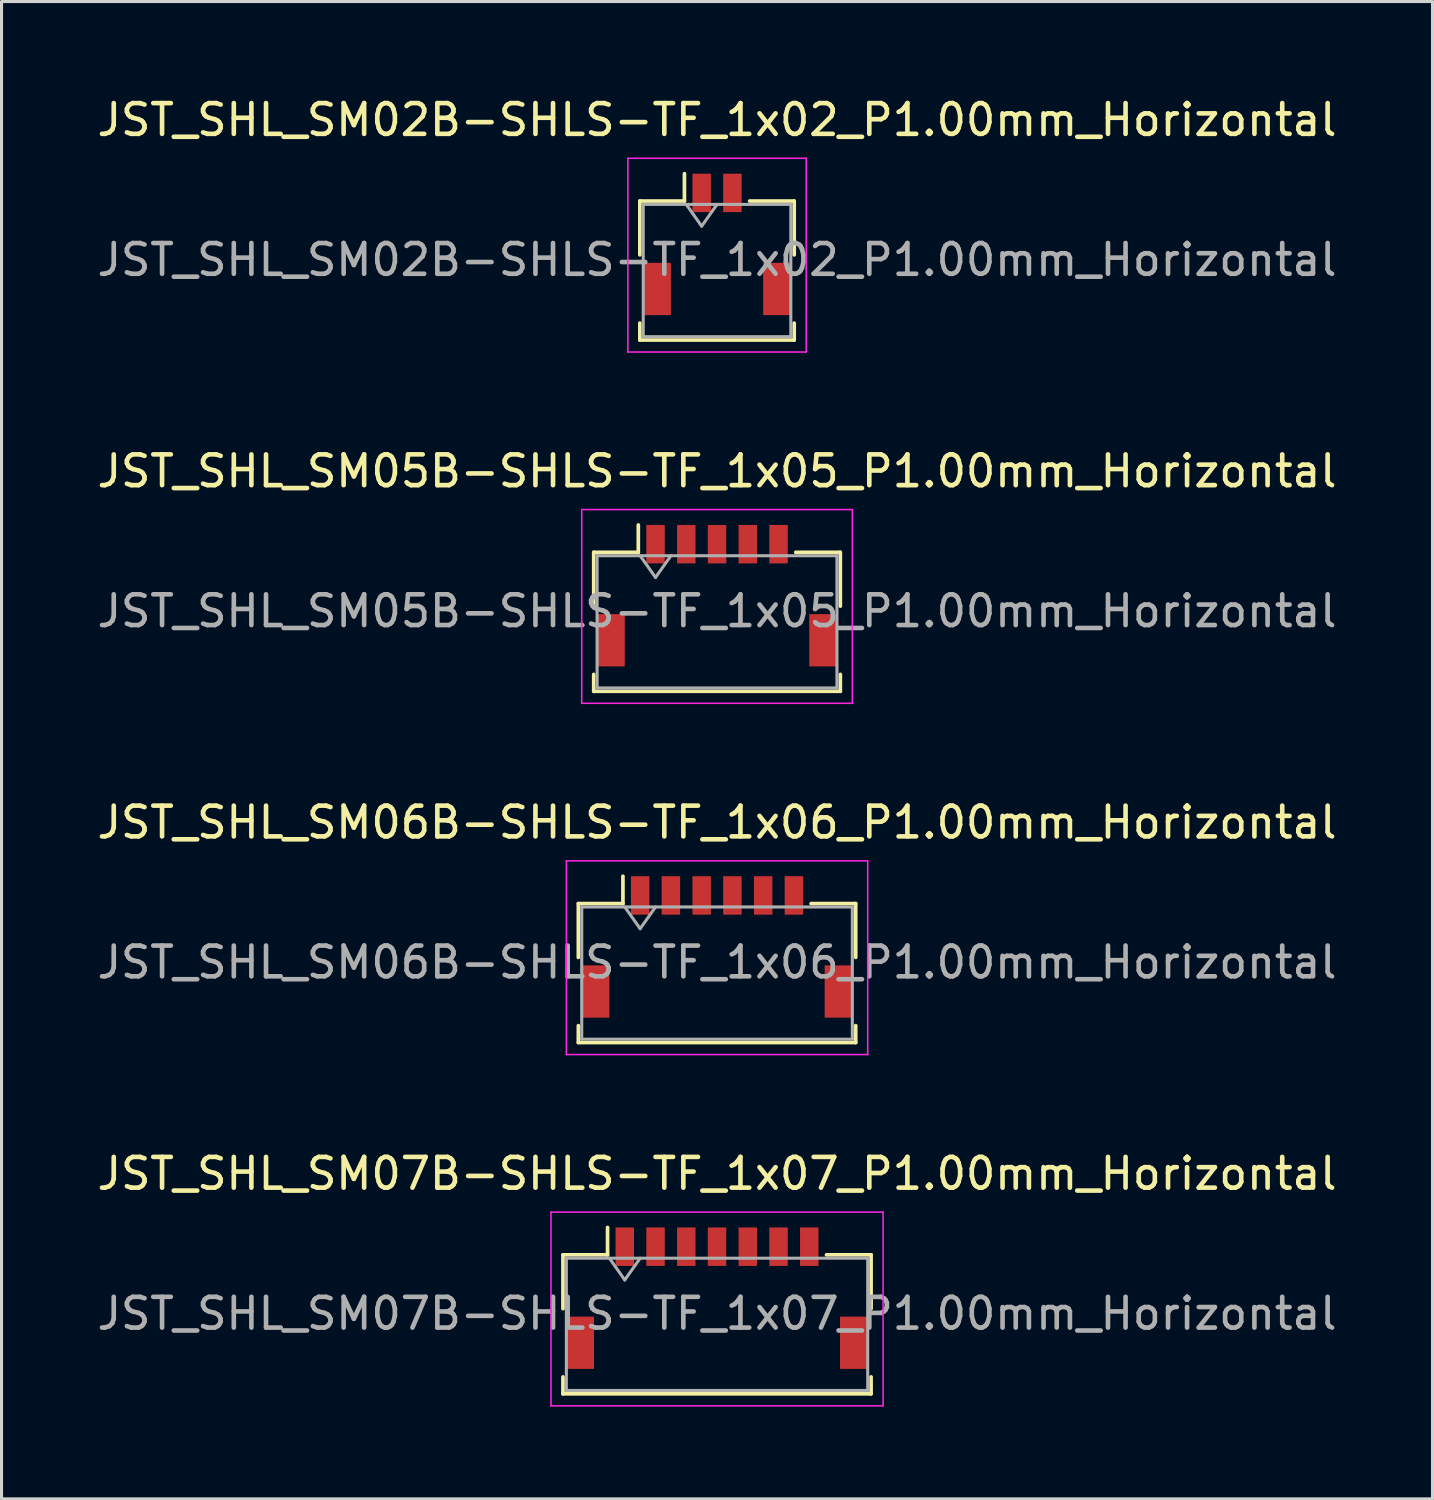
<source format=kicad_pcb>
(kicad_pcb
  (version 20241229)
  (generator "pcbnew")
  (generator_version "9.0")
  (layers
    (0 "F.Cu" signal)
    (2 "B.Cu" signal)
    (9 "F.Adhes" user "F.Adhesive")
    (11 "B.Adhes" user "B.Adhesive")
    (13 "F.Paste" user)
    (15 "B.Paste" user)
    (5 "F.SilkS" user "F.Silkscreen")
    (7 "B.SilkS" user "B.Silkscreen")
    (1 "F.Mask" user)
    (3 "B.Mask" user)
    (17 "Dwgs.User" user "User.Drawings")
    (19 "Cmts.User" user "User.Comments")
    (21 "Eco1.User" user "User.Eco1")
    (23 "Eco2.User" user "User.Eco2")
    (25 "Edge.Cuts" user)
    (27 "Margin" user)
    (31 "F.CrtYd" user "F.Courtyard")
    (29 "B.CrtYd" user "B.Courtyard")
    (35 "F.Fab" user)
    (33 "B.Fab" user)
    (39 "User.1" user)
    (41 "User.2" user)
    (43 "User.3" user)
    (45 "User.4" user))
  (footprint "JST_SHL_SM06B-SHLS-TF_1x06_P1.00mm_Horizontal"
    (layer "F.Cu")
    (at 20.268 27.745)
    (property "Reference" "JST_SHL_SM06B-SHLS-TF_1x06_P1.00mm_Horizontal" (at 0 -4.05 0) (layer "F.SilkS") (effects (font (size 1 1) (thickness 0.15))))
    (attr smd)
    (fp_line (start -4.51 -1.41) (end -3.06 -1.41) (stroke (width 0.12) (type solid)) (layer "F.SilkS"))
    (fp_line (start -4.51 0.34) (end -4.51 -1.41) (stroke (width 0.12) (type solid)) (layer "F.SilkS"))
    (fp_line (start -4.51 2.56) (end -4.51 3.11) (stroke (width 0.12) (type solid)) (layer "F.SilkS"))
    (fp_line (start -4.51 3.11) (end 4.51 3.11) (stroke (width 0.12) (type solid)) (layer "F.SilkS"))
    (fp_line (start -3.06 -1.41) (end -3.06 -2.3) (stroke (width 0.12) (type solid)) (layer "F.SilkS"))
    (fp_line (start 4.51 -1.41) (end 3.06 -1.41) (stroke (width 0.12) (type solid)) (layer "F.SilkS"))
    (fp_line (start 4.51 0.34) (end 4.51 -1.41) (stroke (width 0.12) (type solid)) (layer "F.SilkS"))
    (fp_line (start 4.51 3.11) (end 4.51 2.56) (stroke (width 0.12) (type solid)) (layer "F.SilkS"))
    (fp_line (start -4.9 -2.8) (end -4.9 3.5) (stroke (width 0.05) (type solid)) (layer "F.CrtYd"))
    (fp_line (start -4.9 3.5) (end 4.9 3.5) (stroke (width 0.05) (type solid)) (layer "F.CrtYd"))
    (fp_line (start 4.9 -2.8) (end -4.9 -2.8) (stroke (width 0.05) (type solid)) (layer "F.CrtYd"))
    (fp_line (start 4.9 3.5) (end 4.9 -2.8) (stroke (width 0.05) (type solid)) (layer "F.CrtYd"))
    (fp_line (start -4.4 -1.3) (end -4.4 3) (stroke (width 0.1) (type solid)) (layer "F.Fab"))
    (fp_line (start -4.4 -1.3) (end 4.4 -1.3) (stroke (width 0.1) (type solid)) (layer "F.Fab"))
    (fp_line (start -4.4 3) (end 4.4 3) (stroke (width 0.1) (type solid)) (layer "F.Fab"))
    (fp_line (start -3 -1.3) (end -2.5 -0.593) (stroke (width 0.1) (type solid)) (layer "F.Fab"))
    (fp_line (start -2.5 -0.593) (end -2 -1.3) (stroke (width 0.1) (type solid)) (layer "F.Fab"))
    (fp_line (start 4.4 -1.3) (end 4.4 3) (stroke (width 0.1) (type solid)) (layer "F.Fab"))
    (fp_text user "${REFERENCE}" (at 0 0.5 0) (layer "F.Fab") (effects (font (size 1 1) (thickness 0.15))))
    (pad "" smd rect (at -3.95 1.45) (size 0.9 1.7) (layers "F.Cu" "F.Mask" "F.Paste"))
    (pad "" smd rect (at 3.95 1.45) (size 0.9 1.7) (layers "F.Cu" "F.Mask" "F.Paste"))
    (pad "1" smd rect (at -2.5 -1.675) (size 0.6 1.25) (layers "F.Cu" "F.Mask" "F.Paste"))
    (pad "2" smd rect (at -1.5 -1.675) (size 0.6 1.25) (layers "F.Cu" "F.Mask" "F.Paste"))
    (pad "3" smd rect (at -0.5 -1.675) (size 0.6 1.25) (layers "F.Cu" "F.Mask" "F.Paste"))
    (pad "4" smd rect (at 0.5 -1.675) (size 0.6 1.25) (layers "F.Cu" "F.Mask" "F.Paste"))
    (pad "5" smd rect (at 1.5 -1.675) (size 0.6 1.25) (layers "F.Cu" "F.Mask" "F.Paste"))
    (pad "6" smd rect (at 2.5 -1.675) (size 0.6 1.25) (layers "F.Cu" "F.Mask" "F.Paste")))
  (footprint "JST_SHL_SM02B-SHLS-TF_1x02_P1.00mm_Horizontal"
    (layer "F.Cu")
    (at 20.268 4.898)
    (property "Reference" "JST_SHL_SM02B-SHLS-TF_1x02_P1.00mm_Horizontal" (at 0 -4.05 0) (layer "F.SilkS") (effects (font (size 1 1) (thickness 0.15))))
    (attr smd)
    (fp_line (start -2.51 -1.41) (end -1.06 -1.41) (stroke (width 0.12) (type solid)) (layer "F.SilkS"))
    (fp_line (start -2.51 0.34) (end -2.51 -1.41) (stroke (width 0.12) (type solid)) (layer "F.SilkS"))
    (fp_line (start -2.51 2.56) (end -2.51 3.11) (stroke (width 0.12) (type solid)) (layer "F.SilkS"))
    (fp_line (start -2.51 3.11) (end 2.51 3.11) (stroke (width 0.12) (type solid)) (layer "F.SilkS"))
    (fp_line (start -1.06 -1.41) (end -1.06 -2.3) (stroke (width 0.12) (type solid)) (layer "F.SilkS"))
    (fp_line (start 2.51 -1.41) (end 1.06 -1.41) (stroke (width 0.12) (type solid)) (layer "F.SilkS"))
    (fp_line (start 2.51 0.34) (end 2.51 -1.41) (stroke (width 0.12) (type solid)) (layer "F.SilkS"))
    (fp_line (start 2.51 3.11) (end 2.51 2.56) (stroke (width 0.12) (type solid)) (layer "F.SilkS"))
    (fp_line (start -2.9 -2.8) (end -2.9 3.5) (stroke (width 0.05) (type solid)) (layer "F.CrtYd"))
    (fp_line (start -2.9 3.5) (end 2.9 3.5) (stroke (width 0.05) (type solid)) (layer "F.CrtYd"))
    (fp_line (start 2.9 -2.8) (end -2.9 -2.8) (stroke (width 0.05) (type solid)) (layer "F.CrtYd"))
    (fp_line (start 2.9 3.5) (end 2.9 -2.8) (stroke (width 0.05) (type solid)) (layer "F.CrtYd"))
    (fp_line (start -2.4 -1.3) (end -2.4 3) (stroke (width 0.1) (type solid)) (layer "F.Fab"))
    (fp_line (start -2.4 -1.3) (end 2.4 -1.3) (stroke (width 0.1) (type solid)) (layer "F.Fab"))
    (fp_line (start -2.4 3) (end 2.4 3) (stroke (width 0.1) (type solid)) (layer "F.Fab"))
    (fp_line (start -1 -1.3) (end -0.5 -0.593) (stroke (width 0.1) (type solid)) (layer "F.Fab"))
    (fp_line (start -0.5 -0.593) (end 0 -1.3) (stroke (width 0.1) (type solid)) (layer "F.Fab"))
    (fp_line (start 2.4 -1.3) (end 2.4 3) (stroke (width 0.1) (type solid)) (layer "F.Fab"))
    (fp_text user "${REFERENCE}" (at 0 0.5 0) (layer "F.Fab") (effects (font (size 1 1) (thickness 0.15))))
    (pad "" smd rect (at -1.95 1.45) (size 0.9 1.7) (layers "F.Cu" "F.Mask" "F.Paste"))
    (pad "" smd rect (at 1.95 1.45) (size 0.9 1.7) (layers "F.Cu" "F.Mask" "F.Paste"))
    (pad "1" smd rect (at -0.5 -1.675) (size 0.6 1.25) (layers "F.Cu" "F.Mask" "F.Paste"))
    (pad "2" smd rect (at 0.5 -1.675) (size 0.6 1.25) (layers "F.Cu" "F.Mask" "F.Paste")))
  (footprint "JST_SHL_SM07B-SHLS-TF_1x07_P1.00mm_Horizontal"
    (layer "F.Cu")
    (at 20.268 39.168)
    (property "Reference" "JST_SHL_SM07B-SHLS-TF_1x07_P1.00mm_Horizontal" (at 0 -4.05 0) (layer "F.SilkS") (effects (font (size 1 1) (thickness 0.15))))
    (attr smd)
    (fp_line (start -5.01 -1.41) (end -3.56 -1.41) (stroke (width 0.12) (type solid)) (layer "F.SilkS"))
    (fp_line (start -5.01 0.34) (end -5.01 -1.41) (stroke (width 0.12) (type solid)) (layer "F.SilkS"))
    (fp_line (start -5.01 2.56) (end -5.01 3.11) (stroke (width 0.12) (type solid)) (layer "F.SilkS"))
    (fp_line (start -5.01 3.11) (end 5.01 3.11) (stroke (width 0.12) (type solid)) (layer "F.SilkS"))
    (fp_line (start -3.56 -1.41) (end -3.56 -2.3) (stroke (width 0.12) (type solid)) (layer "F.SilkS"))
    (fp_line (start 5.01 -1.41) (end 3.56 -1.41) (stroke (width 0.12) (type solid)) (layer "F.SilkS"))
    (fp_line (start 5.01 0.34) (end 5.01 -1.41) (stroke (width 0.12) (type solid)) (layer "F.SilkS"))
    (fp_line (start 5.01 3.11) (end 5.01 2.56) (stroke (width 0.12) (type solid)) (layer "F.SilkS"))
    (fp_line (start -5.4 -2.8) (end -5.4 3.5) (stroke (width 0.05) (type solid)) (layer "F.CrtYd"))
    (fp_line (start -5.4 3.5) (end 5.4 3.5) (stroke (width 0.05) (type solid)) (layer "F.CrtYd"))
    (fp_line (start 5.4 -2.8) (end -5.4 -2.8) (stroke (width 0.05) (type solid)) (layer "F.CrtYd"))
    (fp_line (start 5.4 3.5) (end 5.4 -2.8) (stroke (width 0.05) (type solid)) (layer "F.CrtYd"))
    (fp_line (start -4.9 -1.3) (end -4.9 3) (stroke (width 0.1) (type solid)) (layer "F.Fab"))
    (fp_line (start -4.9 -1.3) (end 4.9 -1.3) (stroke (width 0.1) (type solid)) (layer "F.Fab"))
    (fp_line (start -4.9 3) (end 4.9 3) (stroke (width 0.1) (type solid)) (layer "F.Fab"))
    (fp_line (start -3.5 -1.3) (end -3 -0.593) (stroke (width 0.1) (type solid)) (layer "F.Fab"))
    (fp_line (start -3 -0.593) (end -2.5 -1.3) (stroke (width 0.1) (type solid)) (layer "F.Fab"))
    (fp_line (start 4.9 -1.3) (end 4.9 3) (stroke (width 0.1) (type solid)) (layer "F.Fab"))
    (fp_text user "${REFERENCE}" (at 0 0.5 0) (layer "F.Fab") (effects (font (size 1 1) (thickness 0.15))))
    (pad "" smd rect (at -4.45 1.45) (size 0.9 1.7) (layers "F.Cu" "F.Mask" "F.Paste"))
    (pad "" smd rect (at 4.45 1.45) (size 0.9 1.7) (layers "F.Cu" "F.Mask" "F.Paste"))
    (pad "1" smd rect (at -3 -1.675) (size 0.6 1.25) (layers "F.Cu" "F.Mask" "F.Paste"))
    (pad "2" smd rect (at -2 -1.675) (size 0.6 1.25) (layers "F.Cu" "F.Mask" "F.Paste"))
    (pad "3" smd rect (at -1 -1.675) (size 0.6 1.25) (layers "F.Cu" "F.Mask" "F.Paste"))
    (pad "4" smd rect (at 0 -1.675) (size 0.6 1.25) (layers "F.Cu" "F.Mask" "F.Paste"))
    (pad "5" smd rect (at 1 -1.675) (size 0.6 1.25) (layers "F.Cu" "F.Mask" "F.Paste"))
    (pad "6" smd rect (at 2 -1.675) (size 0.6 1.25) (layers "F.Cu" "F.Mask" "F.Paste"))
    (pad "7" smd rect (at 3 -1.675) (size 0.6 1.25) (layers "F.Cu" "F.Mask" "F.Paste")))
  (footprint "JST_SHL_SM05B-SHLS-TF_1x05_P1.00mm_Horizontal"
    (layer "F.Cu")
    (at 20.268 16.322)
    (property "Reference" "JST_SHL_SM05B-SHLS-TF_1x05_P1.00mm_Horizontal" (at 0 -4.05 0) (layer "F.SilkS") (effects (font (size 1 1) (thickness 0.15))))
    (attr smd)
    (fp_line (start -4.01 -1.41) (end -2.56 -1.41) (stroke (width 0.12) (type solid)) (layer "F.SilkS"))
    (fp_line (start -4.01 0.34) (end -4.01 -1.41) (stroke (width 0.12) (type solid)) (layer "F.SilkS"))
    (fp_line (start -4.01 2.56) (end -4.01 3.11) (stroke (width 0.12) (type solid)) (layer "F.SilkS"))
    (fp_line (start -4.01 3.11) (end 4.01 3.11) (stroke (width 0.12) (type solid)) (layer "F.SilkS"))
    (fp_line (start -2.56 -1.41) (end -2.56 -2.3) (stroke (width 0.12) (type solid)) (layer "F.SilkS"))
    (fp_line (start 4.01 -1.41) (end 2.56 -1.41) (stroke (width 0.12) (type solid)) (layer "F.SilkS"))
    (fp_line (start 4.01 0.34) (end 4.01 -1.41) (stroke (width 0.12) (type solid)) (layer "F.SilkS"))
    (fp_line (start 4.01 3.11) (end 4.01 2.56) (stroke (width 0.12) (type solid)) (layer "F.SilkS"))
    (fp_line (start -4.4 -2.8) (end -4.4 3.5) (stroke (width 0.05) (type solid)) (layer "F.CrtYd"))
    (fp_line (start -4.4 3.5) (end 4.4 3.5) (stroke (width 0.05) (type solid)) (layer "F.CrtYd"))
    (fp_line (start 4.4 -2.8) (end -4.4 -2.8) (stroke (width 0.05) (type solid)) (layer "F.CrtYd"))
    (fp_line (start 4.4 3.5) (end 4.4 -2.8) (stroke (width 0.05) (type solid)) (layer "F.CrtYd"))
    (fp_line (start -3.9 -1.3) (end -3.9 3) (stroke (width 0.1) (type solid)) (layer "F.Fab"))
    (fp_line (start -3.9 -1.3) (end 3.9 -1.3) (stroke (width 0.1) (type solid)) (layer "F.Fab"))
    (fp_line (start -3.9 3) (end 3.9 3) (stroke (width 0.1) (type solid)) (layer "F.Fab"))
    (fp_line (start -2.5 -1.3) (end -2 -0.593) (stroke (width 0.1) (type solid)) (layer "F.Fab"))
    (fp_line (start -2 -0.593) (end -1.5 -1.3) (stroke (width 0.1) (type solid)) (layer "F.Fab"))
    (fp_line (start 3.9 -1.3) (end 3.9 3) (stroke (width 0.1) (type solid)) (layer "F.Fab"))
    (fp_text user "${REFERENCE}" (at 0 0.5 0) (layer "F.Fab") (effects (font (size 1 1) (thickness 0.15))))
    (pad "" smd rect (at -3.45 1.45) (size 0.9 1.7) (layers "F.Cu" "F.Mask" "F.Paste"))
    (pad "" smd rect (at 3.45 1.45) (size 0.9 1.7) (layers "F.Cu" "F.Mask" "F.Paste"))
    (pad "1" smd rect (at -2 -1.675) (size 0.6 1.25) (layers "F.Cu" "F.Mask" "F.Paste"))
    (pad "2" smd rect (at -1 -1.675) (size 0.6 1.25) (layers "F.Cu" "F.Mask" "F.Paste"))
    (pad "3" smd rect (at 0 -1.675) (size 0.6 1.25) (layers "F.Cu" "F.Mask" "F.Paste"))
    (pad "4" smd rect (at 1 -1.675) (size 0.6 1.25) (layers "F.Cu" "F.Mask" "F.Paste"))
    (pad "5" smd rect (at 2 -1.675) (size 0.6 1.25) (layers "F.Cu" "F.Mask" "F.Paste")))
  (gr_rect
    (start -3 -3)
    (end 43.536 45.693)
    (stroke (width 0.1) (type default))
    (fill no)
    (layer "Edge.Cuts")))
</source>
